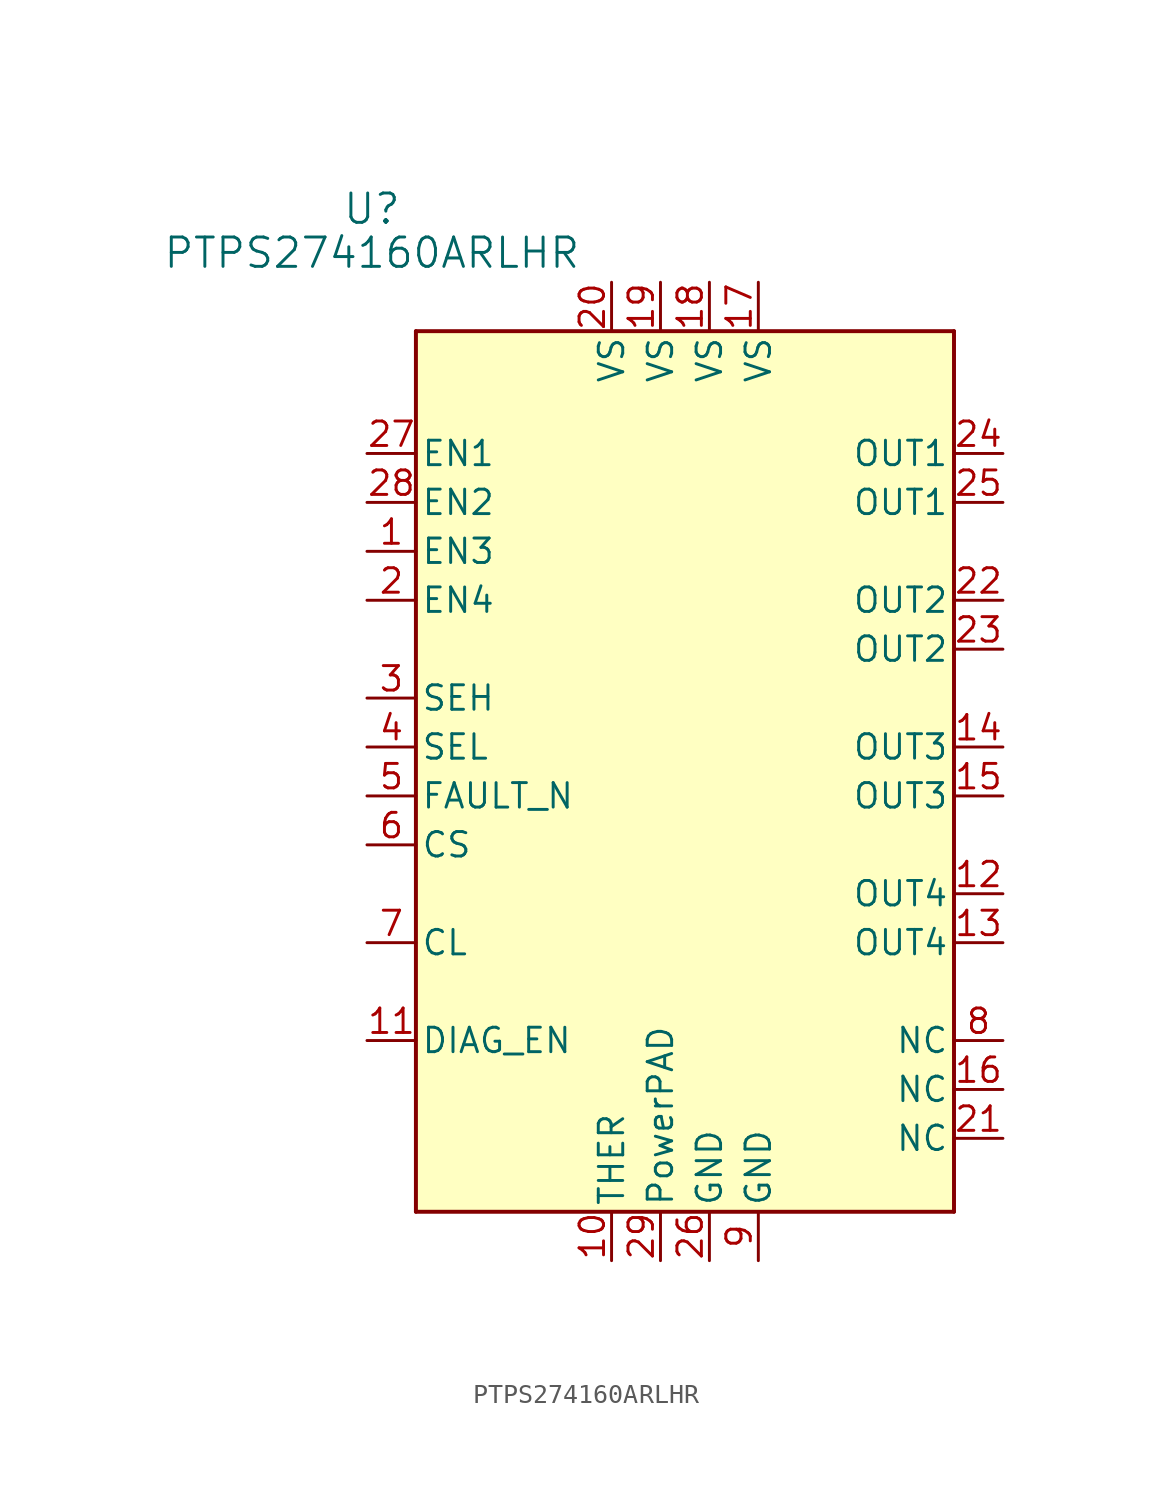
<source format=kicad_sym>
(kicad_symbol_lib
  (version 20231120)
  (generator "kicad_symbol_editor")
  (generator_version "8.0")
  (symbol "PTPS274160ARLHR"
    (pin_names
      (offset 0.254))
    (property "Reference" "U"
      (at -16.256 29.21 0)
      (effects (font (size 1.524 1.524))))
    (property "Value" "PTPS274160ARLHR"
      (at -16.256 26.924 0)
      (effects (font (size 1.524 1.524))))
    (property "ki_locked" ""
      (at 0 0 0)
      (effects (font (size 1.27 1.27))))
    (symbol "PTPS274160ARLHR_0_1"
      (polyline (pts (xy -13.97 -22.86) (xy 13.97 -22.86)) (stroke (width 0.203) (type default)) (fill (type none)))
      (polyline (pts (xy -13.97 22.86) (xy -13.97 -22.86)) (stroke (width 0.203) (type default)) (fill (type none)))
      (polyline (pts (xy 13.97 -22.86) (xy 13.97 22.86)) (stroke (width 0.203) (type default)) (fill (type none)))
      (polyline (pts (xy 13.97 22.86) (xy -13.97 22.86)) (stroke (width 0.203) (type default)) (fill (type none))))
    (symbol "PTPS274160ARLHR_1_1"
      (rectangle (start -13.97 22.86) (end 13.97 -22.86) (stroke (width 0) (type default)) (fill (type background)))
      (pin input line (at -16.51 11.43 0) (length 2.54) (name "EN3" (effects (font (size 1.27 1.27)))) (number "1" (effects (font (size 1.27 1.27)))))
      (pin unspecified line (at -3.81 -25.4 90) (length 2.54) (name "THER" (effects (font (size 1.27 1.27)))) (number "10" (effects (font (size 1.27 1.27)))))
      (pin input line (at -16.51 -13.97 0) (length 2.54) (name "DIAG_EN" (effects (font (size 1.27 1.27)))) (number "11" (effects (font (size 1.27 1.27)))))
      (pin unspecified line (at 16.51 -6.35 180) (length 2.54) (name "OUT4" (effects (font (size 1.27 1.27)))) (number "12" (effects (font (size 1.27 1.27)))))
      (pin unspecified line (at 16.51 -8.89 180) (length 2.54) (name "OUT4" (effects (font (size 1.27 1.27)))) (number "13" (effects (font (size 1.27 1.27)))))
      (pin unspecified line (at 16.51 1.27 180) (length 2.54) (name "OUT3" (effects (font (size 1.27 1.27)))) (number "14" (effects (font (size 1.27 1.27)))))
      (pin unspecified line (at 16.51 -1.27 180) (length 2.54) (name "OUT3" (effects (font (size 1.27 1.27)))) (number "15" (effects (font (size 1.27 1.27)))))
      (pin unspecified line (at 16.51 -16.51 180) (length 2.54) (name "NC" (effects (font (size 1.27 1.27)))) (number "16" (effects (font (size 1.27 1.27)))))
      (pin power_in line (at 3.81 25.4 270) (length 2.54) (name "VS" (effects (font (size 1.27 1.27)))) (number "17" (effects (font (size 1.27 1.27)))))
      (pin power_in line (at 1.27 25.4 270) (length 2.54) (name "VS" (effects (font (size 1.27 1.27)))) (number "18" (effects (font (size 1.27 1.27)))))
      (pin power_in line (at -1.27 25.4 270) (length 2.54) (name "VS" (effects (font (size 1.27 1.27)))) (number "19" (effects (font (size 1.27 1.27)))))
      (pin input line (at -16.51 8.89 0) (length 2.54) (name "EN4" (effects (font (size 1.27 1.27)))) (number "2" (effects (font (size 1.27 1.27)))))
      (pin power_in line (at -3.81 25.4 270) (length 2.54) (name "VS" (effects (font (size 1.27 1.27)))) (number "20" (effects (font (size 1.27 1.27)))))
      (pin unspecified line (at 16.51 -19.05 180) (length 2.54) (name "NC" (effects (font (size 1.27 1.27)))) (number "21" (effects (font (size 1.27 1.27)))))
      (pin unspecified line (at 16.51 8.89 180) (length 2.54) (name "OUT2" (effects (font (size 1.27 1.27)))) (number "22" (effects (font (size 1.27 1.27)))))
      (pin unspecified line (at 16.51 6.35 180) (length 2.54) (name "OUT2" (effects (font (size 1.27 1.27)))) (number "23" (effects (font (size 1.27 1.27)))))
      (pin unspecified line (at 16.51 16.51 180) (length 2.54) (name "OUT1" (effects (font (size 1.27 1.27)))) (number "24" (effects (font (size 1.27 1.27)))))
      (pin unspecified line (at 16.51 13.97 180) (length 2.54) (name "OUT1" (effects (font (size 1.27 1.27)))) (number "25" (effects (font (size 1.27 1.27)))))
      (pin power_in line (at 1.27 -25.4 90) (length 2.54) (name "GND" (effects (font (size 1.27 1.27)))) (number "26" (effects (font (size 1.27 1.27)))))
      (pin input line (at -16.51 16.51 0) (length 2.54) (name "EN1" (effects (font (size 1.27 1.27)))) (number "27" (effects (font (size 1.27 1.27)))))
      (pin input line (at -16.51 13.97 0) (length 2.54) (name "EN2" (effects (font (size 1.27 1.27)))) (number "28" (effects (font (size 1.27 1.27)))))
      (pin power_in line (at -1.27 -25.4 90) (length 2.54) (name "PowerPAD" (effects (font (size 1.27 1.27)))) (number "29" (effects (font (size 1.27 1.27)))))
      (pin unspecified line (at -16.51 3.81 0) (length 2.54) (name "SEH" (effects (font (size 1.27 1.27)))) (number "3" (effects (font (size 1.27 1.27)))))
      (pin unspecified line (at -16.51 1.27 0) (length 2.54) (name "SEL" (effects (font (size 1.27 1.27)))) (number "4" (effects (font (size 1.27 1.27)))))
      (pin output line (at -16.51 -1.27 0) (length 2.54) (name "FAULT_N" (effects (font (size 1.27 1.27)))) (number "5" (effects (font (size 1.27 1.27)))))
      (pin unspecified line (at -16.51 -3.81 0) (length 2.54) (name "CS" (effects (font (size 1.27 1.27)))) (number "6" (effects (font (size 1.27 1.27)))))
      (pin unspecified line (at -16.51 -8.89 0) (length 2.54) (name "CL" (effects (font (size 1.27 1.27)))) (number "7" (effects (font (size 1.27 1.27)))))
      (pin unspecified line (at 16.51 -13.97 180) (length 2.54) (name "NC" (effects (font (size 1.27 1.27)))) (number "8" (effects (font (size 1.27 1.27)))))
      (pin power_in line (at 3.81 -25.4 90) (length 2.54) (name "GND" (effects (font (size 1.27 1.27)))) (number "9" (effects (font (size 1.27 1.27))))))))
</source>
